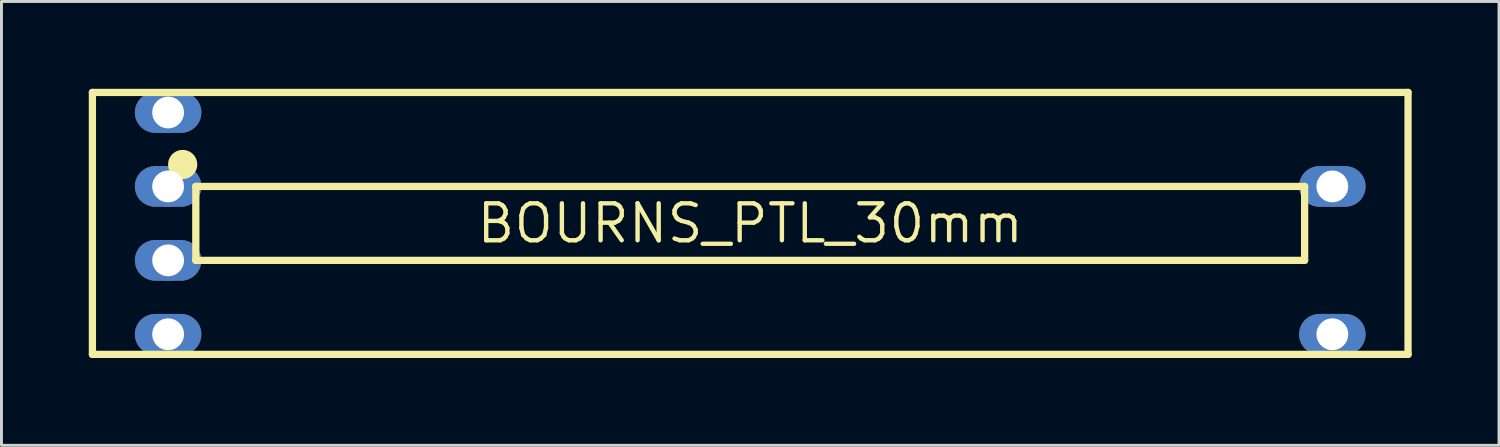
<source format=kicad_pcb>
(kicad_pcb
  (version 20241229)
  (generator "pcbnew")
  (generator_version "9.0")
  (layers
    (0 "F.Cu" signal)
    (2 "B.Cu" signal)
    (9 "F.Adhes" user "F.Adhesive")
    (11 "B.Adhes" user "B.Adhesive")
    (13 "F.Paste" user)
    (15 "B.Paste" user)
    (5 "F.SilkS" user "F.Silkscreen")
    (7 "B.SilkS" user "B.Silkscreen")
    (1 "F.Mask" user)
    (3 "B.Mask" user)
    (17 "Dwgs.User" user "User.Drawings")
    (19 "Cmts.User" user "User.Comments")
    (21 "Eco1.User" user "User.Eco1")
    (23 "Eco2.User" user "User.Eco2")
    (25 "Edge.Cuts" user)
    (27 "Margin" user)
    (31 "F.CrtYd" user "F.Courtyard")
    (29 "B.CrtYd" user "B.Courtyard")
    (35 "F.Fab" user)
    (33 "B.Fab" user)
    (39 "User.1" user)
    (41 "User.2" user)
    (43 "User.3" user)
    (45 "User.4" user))
  (footprint "BOURNS_PTL_30mm"
    (layer "F.Cu")
    (at 22.726 4.625)
    (property "Reference" "BOURNS_PTL_30mm" (at 0 0 0) (layer "F.SilkS") (effects (font (size 1.27 1.27) (thickness 0.15))))
    (fp_poly (pts (xy -19.446 -4.5) (xy -19.34 -4.474) (xy -19.239 -4.432) (xy -19.145 -4.375) (xy -19.061 -4.304) (xy -18.99 -4.221) (xy -18.933 -4.127) (xy -18.891 -4.026) (xy -18.866 -3.919) (xy -18.857 -3.81) (xy -18.866 -3.701) (xy -18.891 -3.594) (xy -18.933 -3.493) (xy -18.99 -3.399) (xy -19.061 -3.316) (xy -19.145 -3.245) (xy -19.239 -3.188) (xy -19.34 -3.146) (xy -19.446 -3.12) (xy -19.556 -3.111) (xy -20.444 -3.111) (xy -20.554 -3.12) (xy -20.66 -3.146) (xy -20.761 -3.188) (xy -20.855 -3.245) (xy -20.939 -3.316) (xy -21.01 -3.399) (xy -21.067 -3.493) (xy -21.109 -3.594) (xy -21.134 -3.701) (xy -21.143 -3.81) (xy -21.134 -3.919) (xy -21.109 -4.026) (xy -21.067 -4.127) (xy -21.01 -4.221) (xy -20.939 -4.304) (xy -20.855 -4.375) (xy -20.761 -4.432) (xy -20.66 -4.474) (xy -20.554 -4.5) (xy -20.444 -4.508) (xy -19.556 -4.508)) (stroke (width 0) (type default)) (fill yes) (layer "F.Cu"))
    (fp_poly (pts (xy -19.446 -1.96) (xy -19.34 -1.934) (xy -19.239 -1.892) (xy -19.145 -1.835) (xy -19.061 -1.764) (xy -18.99 -1.681) (xy -18.933 -1.587) (xy -18.891 -1.486) (xy -18.866 -1.379) (xy -18.857 -1.27) (xy -18.866 -1.161) (xy -18.891 -1.054) (xy -18.933 -0.953) (xy -18.99 -0.859) (xy -19.061 -0.776) (xy -19.145 -0.705) (xy -19.239 -0.648) (xy -19.34 -0.606) (xy -19.446 -0.58) (xy -19.556 -0.571) (xy -20.444 -0.571) (xy -20.554 -0.58) (xy -20.66 -0.606) (xy -20.761 -0.648) (xy -20.855 -0.705) (xy -20.939 -0.776) (xy -21.01 -0.859) (xy -21.067 -0.953) (xy -21.109 -1.054) (xy -21.134 -1.161) (xy -21.143 -1.27) (xy -21.134 -1.379) (xy -21.109 -1.486) (xy -21.067 -1.587) (xy -21.01 -1.681) (xy -20.939 -1.764) (xy -20.855 -1.835) (xy -20.761 -1.892) (xy -20.66 -1.934) (xy -20.554 -1.96) (xy -20.444 -1.969) (xy -19.556 -1.969)) (stroke (width 0) (type default)) (fill yes) (layer "F.Cu"))
    (fp_poly (pts (xy -19.446 0.58) (xy -19.34 0.606) (xy -19.239 0.648) (xy -19.145 0.705) (xy -19.061 0.776) (xy -18.99 0.859) (xy -18.933 0.953) (xy -18.891 1.054) (xy -18.866 1.161) (xy -18.857 1.27) (xy -18.866 1.379) (xy -18.891 1.486) (xy -18.933 1.587) (xy -18.99 1.681) (xy -19.061 1.764) (xy -19.145 1.835) (xy -19.239 1.892) (xy -19.34 1.934) (xy -19.446 1.96) (xy -19.556 1.969) (xy -20.444 1.969) (xy -20.554 1.96) (xy -20.66 1.934) (xy -20.761 1.892) (xy -20.855 1.835) (xy -20.939 1.764) (xy -21.01 1.681) (xy -21.067 1.587) (xy -21.109 1.486) (xy -21.134 1.379) (xy -21.143 1.27) (xy -21.134 1.161) (xy -21.109 1.054) (xy -21.067 0.953) (xy -21.01 0.859) (xy -20.939 0.776) (xy -20.855 0.705) (xy -20.761 0.648) (xy -20.66 0.606) (xy -20.554 0.58) (xy -20.444 0.571) (xy -19.556 0.571)) (stroke (width 0) (type default)) (fill yes) (layer "F.Cu"))
    (fp_poly (pts (xy -19.446 3.12) (xy -19.34 3.146) (xy -19.239 3.188) (xy -19.145 3.245) (xy -19.061 3.316) (xy -18.99 3.399) (xy -18.933 3.493) (xy -18.891 3.594) (xy -18.866 3.701) (xy -18.857 3.81) (xy -18.866 3.919) (xy -18.891 4.026) (xy -18.933 4.127) (xy -18.99 4.221) (xy -19.061 4.304) (xy -19.145 4.375) (xy -19.239 4.432) (xy -19.34 4.474) (xy -19.446 4.5) (xy -19.556 4.508) (xy -20.444 4.508) (xy -20.554 4.5) (xy -20.66 4.474) (xy -20.761 4.432) (xy -20.855 4.375) (xy -20.939 4.304) (xy -21.01 4.221) (xy -21.067 4.127) (xy -21.109 4.026) (xy -21.134 3.919) (xy -21.143 3.81) (xy -21.134 3.701) (xy -21.109 3.594) (xy -21.067 3.493) (xy -21.01 3.399) (xy -20.939 3.316) (xy -20.855 3.245) (xy -20.761 3.188) (xy -20.66 3.146) (xy -20.554 3.12) (xy -20.444 3.111) (xy -19.556 3.111)) (stroke (width 0) (type default)) (fill yes) (layer "F.Cu"))
    (fp_poly (pts (xy 20.554 -1.96) (xy 20.66 -1.934) (xy 20.761 -1.892) (xy 20.855 -1.835) (xy 20.939 -1.764) (xy 21.01 -1.681) (xy 21.067 -1.587) (xy 21.109 -1.486) (xy 21.134 -1.379) (xy 21.143 -1.27) (xy 21.134 -1.161) (xy 21.109 -1.054) (xy 21.067 -0.953) (xy 21.01 -0.859) (xy 20.939 -0.776) (xy 20.855 -0.705) (xy 20.761 -0.648) (xy 20.66 -0.606) (xy 20.554 -0.58) (xy 20.444 -0.571) (xy 19.556 -0.571) (xy 19.446 -0.58) (xy 19.34 -0.606) (xy 19.239 -0.648) (xy 19.145 -0.705) (xy 19.061 -0.776) (xy 18.99 -0.859) (xy 18.933 -0.953) (xy 18.891 -1.054) (xy 18.866 -1.161) (xy 18.857 -1.27) (xy 18.866 -1.379) (xy 18.891 -1.486) (xy 18.933 -1.587) (xy 18.99 -1.681) (xy 19.061 -1.764) (xy 19.145 -1.835) (xy 19.239 -1.892) (xy 19.34 -1.934) (xy 19.446 -1.96) (xy 19.556 -1.969) (xy 20.444 -1.969)) (stroke (width 0) (type default)) (fill yes) (layer "F.Cu"))
    (fp_poly (pts (xy 20.554 3.12) (xy 20.66 3.146) (xy 20.761 3.188) (xy 20.855 3.245) (xy 20.939 3.316) (xy 21.01 3.399) (xy 21.067 3.493) (xy 21.109 3.594) (xy 21.134 3.701) (xy 21.143 3.81) (xy 21.134 3.919) (xy 21.109 4.026) (xy 21.067 4.127) (xy 21.01 4.221) (xy 20.939 4.304) (xy 20.855 4.375) (xy 20.761 4.432) (xy 20.66 4.474) (xy 20.554 4.5) (xy 20.444 4.508) (xy 19.556 4.508) (xy 19.446 4.5) (xy 19.34 4.474) (xy 19.239 4.432) (xy 19.145 4.375) (xy 19.061 4.304) (xy 18.99 4.221) (xy 18.933 4.127) (xy 18.891 4.026) (xy 18.866 3.919) (xy 18.857 3.81) (xy 18.866 3.701) (xy 18.891 3.594) (xy 18.933 3.493) (xy 18.99 3.399) (xy 19.061 3.316) (xy 19.145 3.245) (xy 19.239 3.188) (xy 19.34 3.146) (xy 19.446 3.12) (xy 19.556 3.111) (xy 20.444 3.111)) (stroke (width 0) (type default)) (fill yes) (layer "F.Cu"))
    (fp_poly (pts (xy -19.43 -4.601) (xy -19.308 -4.572) (xy -19.192 -4.524) (xy -19.084 -4.458) (xy -18.989 -4.377) (xy -18.907 -4.281) (xy -18.842 -4.173) (xy -18.794 -4.057) (xy -18.764 -3.935) (xy -18.754 -3.81) (xy -18.764 -3.685) (xy -18.794 -3.563) (xy -18.842 -3.447) (xy -18.907 -3.339) (xy -18.989 -3.243) (xy -19.084 -3.162) (xy -19.192 -3.096) (xy -19.308 -3.048) (xy -19.43 -3.019) (xy -19.556 -3.009) (xy -20.444 -3.009) (xy -20.57 -3.019) (xy -20.692 -3.048) (xy -20.808 -3.096) (xy -20.916 -3.162) (xy -21.011 -3.243) (xy -21.093 -3.339) (xy -21.158 -3.447) (xy -21.206 -3.563) (xy -21.236 -3.685) (xy -21.246 -3.81) (xy -21.236 -3.935) (xy -21.206 -4.057) (xy -21.158 -4.173) (xy -21.093 -4.281) (xy -21.011 -4.377) (xy -20.916 -4.458) (xy -20.808 -4.524) (xy -20.692 -4.572) (xy -20.57 -4.601) (xy -20.444 -4.611) (xy -19.556 -4.611)) (stroke (width 0) (type default)) (fill yes) (layer "F.Mask"))
    (fp_poly (pts (xy -19.43 -2.061) (xy -19.308 -2.032) (xy -19.192 -1.984) (xy -19.084 -1.918) (xy -18.989 -1.837) (xy -18.907 -1.741) (xy -18.842 -1.633) (xy -18.794 -1.517) (xy -18.764 -1.395) (xy -18.754 -1.27) (xy -18.764 -1.145) (xy -18.794 -1.023) (xy -18.842 -0.907) (xy -18.907 -0.799) (xy -18.989 -0.703) (xy -19.084 -0.622) (xy -19.192 -0.556) (xy -19.308 -0.508) (xy -19.43 -0.479) (xy -19.556 -0.469) (xy -20.444 -0.469) (xy -20.57 -0.479) (xy -20.692 -0.508) (xy -20.808 -0.556) (xy -20.916 -0.622) (xy -21.011 -0.703) (xy -21.093 -0.799) (xy -21.158 -0.907) (xy -21.206 -1.023) (xy -21.236 -1.145) (xy -21.246 -1.27) (xy -21.236 -1.395) (xy -21.206 -1.517) (xy -21.158 -1.633) (xy -21.093 -1.741) (xy -21.011 -1.837) (xy -20.916 -1.918) (xy -20.808 -1.984) (xy -20.692 -2.032) (xy -20.57 -2.061) (xy -20.444 -2.071) (xy -19.556 -2.071)) (stroke (width 0) (type default)) (fill yes) (layer "F.Mask"))
    (fp_poly (pts (xy -19.43 0.479) (xy -19.308 0.508) (xy -19.192 0.556) (xy -19.084 0.622) (xy -18.989 0.703) (xy -18.907 0.799) (xy -18.842 0.907) (xy -18.794 1.023) (xy -18.764 1.145) (xy -18.754 1.27) (xy -18.764 1.395) (xy -18.794 1.517) (xy -18.842 1.633) (xy -18.907 1.741) (xy -18.989 1.837) (xy -19.084 1.918) (xy -19.192 1.984) (xy -19.308 2.032) (xy -19.43 2.061) (xy -19.556 2.071) (xy -20.444 2.071) (xy -20.57 2.061) (xy -20.692 2.032) (xy -20.808 1.984) (xy -20.916 1.918) (xy -21.011 1.837) (xy -21.093 1.741) (xy -21.158 1.633) (xy -21.206 1.517) (xy -21.236 1.395) (xy -21.246 1.27) (xy -21.236 1.145) (xy -21.206 1.023) (xy -21.158 0.907) (xy -21.093 0.799) (xy -21.011 0.703) (xy -20.916 0.622) (xy -20.808 0.556) (xy -20.692 0.508) (xy -20.57 0.479) (xy -20.444 0.469) (xy -19.556 0.469)) (stroke (width 0) (type default)) (fill yes) (layer "F.Mask"))
    (fp_poly (pts (xy -19.43 3.019) (xy -19.308 3.048) (xy -19.192 3.096) (xy -19.084 3.162) (xy -18.989 3.243) (xy -18.907 3.339) (xy -18.842 3.447) (xy -18.794 3.563) (xy -18.764 3.685) (xy -18.754 3.81) (xy -18.764 3.935) (xy -18.794 4.057) (xy -18.842 4.173) (xy -18.907 4.281) (xy -18.989 4.377) (xy -19.084 4.458) (xy -19.192 4.524) (xy -19.308 4.572) (xy -19.43 4.601) (xy -19.556 4.611) (xy -20.444 4.611) (xy -20.57 4.601) (xy -20.692 4.572) (xy -20.808 4.524) (xy -20.916 4.458) (xy -21.011 4.377) (xy -21.093 4.281) (xy -21.158 4.173) (xy -21.206 4.057) (xy -21.236 3.935) (xy -21.246 3.81) (xy -21.236 3.685) (xy -21.206 3.563) (xy -21.158 3.447) (xy -21.093 3.339) (xy -21.011 3.243) (xy -20.916 3.162) (xy -20.808 3.096) (xy -20.692 3.048) (xy -20.57 3.019) (xy -20.444 3.009) (xy -19.556 3.009)) (stroke (width 0) (type default)) (fill yes) (layer "F.Mask"))
    (fp_poly (pts (xy 20.57 -2.061) (xy 20.692 -2.032) (xy 20.808 -1.984) (xy 20.916 -1.918) (xy 21.011 -1.837) (xy 21.093 -1.741) (xy 21.158 -1.633) (xy 21.206 -1.517) (xy 21.236 -1.395) (xy 21.246 -1.27) (xy 21.236 -1.145) (xy 21.206 -1.023) (xy 21.158 -0.907) (xy 21.093 -0.799) (xy 21.011 -0.703) (xy 20.916 -0.622) (xy 20.808 -0.556) (xy 20.692 -0.508) (xy 20.57 -0.479) (xy 20.444 -0.469) (xy 19.556 -0.469) (xy 19.43 -0.479) (xy 19.308 -0.508) (xy 19.192 -0.556) (xy 19.084 -0.622) (xy 18.989 -0.703) (xy 18.907 -0.799) (xy 18.842 -0.907) (xy 18.794 -1.023) (xy 18.764 -1.145) (xy 18.754 -1.27) (xy 18.764 -1.395) (xy 18.794 -1.517) (xy 18.842 -1.633) (xy 18.907 -1.741) (xy 18.989 -1.837) (xy 19.084 -1.918) (xy 19.192 -1.984) (xy 19.308 -2.032) (xy 19.43 -2.061) (xy 19.556 -2.071) (xy 20.444 -2.071)) (stroke (width 0) (type default)) (fill yes) (layer "F.Mask"))
    (fp_poly (pts (xy 20.57 3.019) (xy 20.692 3.048) (xy 20.808 3.096) (xy 20.916 3.162) (xy 21.011 3.243) (xy 21.093 3.339) (xy 21.158 3.447) (xy 21.206 3.563) (xy 21.236 3.685) (xy 21.246 3.81) (xy 21.236 3.935) (xy 21.206 4.057) (xy 21.158 4.173) (xy 21.093 4.281) (xy 21.011 4.377) (xy 20.916 4.458) (xy 20.808 4.524) (xy 20.692 4.572) (xy 20.57 4.601) (xy 20.444 4.611) (xy 19.556 4.611) (xy 19.43 4.601) (xy 19.308 4.572) (xy 19.192 4.524) (xy 19.084 4.458) (xy 18.989 4.377) (xy 18.907 4.281) (xy 18.842 4.173) (xy 18.794 4.057) (xy 18.764 3.935) (xy 18.754 3.81) (xy 18.764 3.685) (xy 18.794 3.563) (xy 18.842 3.447) (xy 18.907 3.339) (xy 18.989 3.243) (xy 19.084 3.162) (xy 19.192 3.096) (xy 19.308 3.048) (xy 19.43 3.019) (xy 19.556 3.009) (xy 20.444 3.009)) (stroke (width 0) (type default)) (fill yes) (layer "F.Mask"))
    (fp_poly (pts (xy -19.446 -4.5) (xy -19.34 -4.474) (xy -19.239 -4.432) (xy -19.145 -4.375) (xy -19.061 -4.304) (xy -18.99 -4.221) (xy -18.933 -4.127) (xy -18.891 -4.026) (xy -18.866 -3.919) (xy -18.857 -3.81) (xy -18.866 -3.701) (xy -18.891 -3.594) (xy -18.933 -3.493) (xy -18.99 -3.399) (xy -19.061 -3.316) (xy -19.145 -3.245) (xy -19.239 -3.188) (xy -19.34 -3.146) (xy -19.446 -3.12) (xy -19.556 -3.111) (xy -20.444 -3.111) (xy -20.554 -3.12) (xy -20.66 -3.146) (xy -20.761 -3.188) (xy -20.855 -3.245) (xy -20.939 -3.316) (xy -21.01 -3.399) (xy -21.067 -3.493) (xy -21.109 -3.594) (xy -21.134 -3.701) (xy -21.143 -3.81) (xy -21.134 -3.919) (xy -21.109 -4.026) (xy -21.067 -4.127) (xy -21.01 -4.221) (xy -20.939 -4.304) (xy -20.855 -4.375) (xy -20.761 -4.432) (xy -20.66 -4.474) (xy -20.554 -4.5) (xy -20.444 -4.508) (xy -19.556 -4.508)) (stroke (width 0) (type default)) (fill yes) (layer "B.Cu"))
    (fp_poly (pts (xy -19.446 -1.96) (xy -19.34 -1.934) (xy -19.239 -1.892) (xy -19.145 -1.835) (xy -19.061 -1.764) (xy -18.99 -1.681) (xy -18.933 -1.587) (xy -18.891 -1.486) (xy -18.866 -1.379) (xy -18.857 -1.27) (xy -18.866 -1.161) (xy -18.891 -1.054) (xy -18.933 -0.953) (xy -18.99 -0.859) (xy -19.061 -0.776) (xy -19.145 -0.705) (xy -19.239 -0.648) (xy -19.34 -0.606) (xy -19.446 -0.58) (xy -19.556 -0.571) (xy -20.444 -0.571) (xy -20.554 -0.58) (xy -20.66 -0.606) (xy -20.761 -0.648) (xy -20.855 -0.705) (xy -20.939 -0.776) (xy -21.01 -0.859) (xy -21.067 -0.953) (xy -21.109 -1.054) (xy -21.134 -1.161) (xy -21.143 -1.27) (xy -21.134 -1.379) (xy -21.109 -1.486) (xy -21.067 -1.587) (xy -21.01 -1.681) (xy -20.939 -1.764) (xy -20.855 -1.835) (xy -20.761 -1.892) (xy -20.66 -1.934) (xy -20.554 -1.96) (xy -20.444 -1.969) (xy -19.556 -1.969)) (stroke (width 0) (type default)) (fill yes) (layer "B.Cu"))
    (fp_poly (pts (xy -19.446 0.58) (xy -19.34 0.606) (xy -19.239 0.648) (xy -19.145 0.705) (xy -19.061 0.776) (xy -18.99 0.859) (xy -18.933 0.953) (xy -18.891 1.054) (xy -18.866 1.161) (xy -18.857 1.27) (xy -18.866 1.379) (xy -18.891 1.486) (xy -18.933 1.587) (xy -18.99 1.681) (xy -19.061 1.764) (xy -19.145 1.835) (xy -19.239 1.892) (xy -19.34 1.934) (xy -19.446 1.96) (xy -19.556 1.969) (xy -20.444 1.969) (xy -20.554 1.96) (xy -20.66 1.934) (xy -20.761 1.892) (xy -20.855 1.835) (xy -20.939 1.764) (xy -21.01 1.681) (xy -21.067 1.587) (xy -21.109 1.486) (xy -21.134 1.379) (xy -21.143 1.27) (xy -21.134 1.161) (xy -21.109 1.054) (xy -21.067 0.953) (xy -21.01 0.859) (xy -20.939 0.776) (xy -20.855 0.705) (xy -20.761 0.648) (xy -20.66 0.606) (xy -20.554 0.58) (xy -20.444 0.571) (xy -19.556 0.571)) (stroke (width 0) (type default)) (fill yes) (layer "B.Cu"))
    (fp_poly (pts (xy -19.446 3.12) (xy -19.34 3.146) (xy -19.239 3.188) (xy -19.145 3.245) (xy -19.061 3.316) (xy -18.99 3.399) (xy -18.933 3.493) (xy -18.891 3.594) (xy -18.866 3.701) (xy -18.857 3.81) (xy -18.866 3.919) (xy -18.891 4.026) (xy -18.933 4.127) (xy -18.99 4.221) (xy -19.061 4.304) (xy -19.145 4.375) (xy -19.239 4.432) (xy -19.34 4.474) (xy -19.446 4.5) (xy -19.556 4.508) (xy -20.444 4.508) (xy -20.554 4.5) (xy -20.66 4.474) (xy -20.761 4.432) (xy -20.855 4.375) (xy -20.939 4.304) (xy -21.01 4.221) (xy -21.067 4.127) (xy -21.109 4.026) (xy -21.134 3.919) (xy -21.143 3.81) (xy -21.134 3.701) (xy -21.109 3.594) (xy -21.067 3.493) (xy -21.01 3.399) (xy -20.939 3.316) (xy -20.855 3.245) (xy -20.761 3.188) (xy -20.66 3.146) (xy -20.554 3.12) (xy -20.444 3.111) (xy -19.556 3.111)) (stroke (width 0) (type default)) (fill yes) (layer "B.Cu"))
    (fp_poly (pts (xy 20.554 -1.96) (xy 20.66 -1.934) (xy 20.761 -1.892) (xy 20.855 -1.835) (xy 20.939 -1.764) (xy 21.01 -1.681) (xy 21.067 -1.587) (xy 21.109 -1.486) (xy 21.134 -1.379) (xy 21.143 -1.27) (xy 21.134 -1.161) (xy 21.109 -1.054) (xy 21.067 -0.953) (xy 21.01 -0.859) (xy 20.939 -0.776) (xy 20.855 -0.705) (xy 20.761 -0.648) (xy 20.66 -0.606) (xy 20.554 -0.58) (xy 20.444 -0.571) (xy 19.556 -0.571) (xy 19.446 -0.58) (xy 19.34 -0.606) (xy 19.239 -0.648) (xy 19.145 -0.705) (xy 19.061 -0.776) (xy 18.99 -0.859) (xy 18.933 -0.953) (xy 18.891 -1.054) (xy 18.866 -1.161) (xy 18.857 -1.27) (xy 18.866 -1.379) (xy 18.891 -1.486) (xy 18.933 -1.587) (xy 18.99 -1.681) (xy 19.061 -1.764) (xy 19.145 -1.835) (xy 19.239 -1.892) (xy 19.34 -1.934) (xy 19.446 -1.96) (xy 19.556 -1.969) (xy 20.444 -1.969)) (stroke (width 0) (type default)) (fill yes) (layer "B.Cu"))
    (fp_poly (pts (xy 20.554 3.12) (xy 20.66 3.146) (xy 20.761 3.188) (xy 20.855 3.245) (xy 20.939 3.316) (xy 21.01 3.399) (xy 21.067 3.493) (xy 21.109 3.594) (xy 21.134 3.701) (xy 21.143 3.81) (xy 21.134 3.919) (xy 21.109 4.026) (xy 21.067 4.127) (xy 21.01 4.221) (xy 20.939 4.304) (xy 20.855 4.375) (xy 20.761 4.432) (xy 20.66 4.474) (xy 20.554 4.5) (xy 20.444 4.508) (xy 19.556 4.508) (xy 19.446 4.5) (xy 19.34 4.474) (xy 19.239 4.432) (xy 19.145 4.375) (xy 19.061 4.304) (xy 18.99 4.221) (xy 18.933 4.127) (xy 18.891 4.026) (xy 18.866 3.919) (xy 18.857 3.81) (xy 18.866 3.701) (xy 18.891 3.594) (xy 18.933 3.493) (xy 18.99 3.399) (xy 19.061 3.316) (xy 19.145 3.245) (xy 19.239 3.188) (xy 19.34 3.146) (xy 19.446 3.12) (xy 19.556 3.111) (xy 20.444 3.111)) (stroke (width 0) (type default)) (fill yes) (layer "B.Cu"))
    (fp_poly (pts (xy -19.43 -4.601) (xy -19.308 -4.572) (xy -19.192 -4.524) (xy -19.084 -4.458) (xy -18.989 -4.377) (xy -18.907 -4.281) (xy -18.842 -4.173) (xy -18.794 -4.057) (xy -18.764 -3.935) (xy -18.754 -3.81) (xy -18.764 -3.685) (xy -18.794 -3.563) (xy -18.842 -3.447) (xy -18.907 -3.339) (xy -18.989 -3.243) (xy -19.084 -3.162) (xy -19.192 -3.096) (xy -19.308 -3.048) (xy -19.43 -3.019) (xy -19.556 -3.009) (xy -20.444 -3.009) (xy -20.57 -3.019) (xy -20.692 -3.048) (xy -20.808 -3.096) (xy -20.916 -3.162) (xy -21.011 -3.243) (xy -21.093 -3.339) (xy -21.158 -3.447) (xy -21.206 -3.563) (xy -21.236 -3.685) (xy -21.246 -3.81) (xy -21.236 -3.935) (xy -21.206 -4.057) (xy -21.158 -4.173) (xy -21.093 -4.281) (xy -21.011 -4.377) (xy -20.916 -4.458) (xy -20.808 -4.524) (xy -20.692 -4.572) (xy -20.57 -4.601) (xy -20.444 -4.611) (xy -19.556 -4.611)) (stroke (width 0) (type default)) (fill yes) (layer "B.Mask"))
    (fp_poly (pts (xy -19.43 -2.061) (xy -19.308 -2.032) (xy -19.192 -1.984) (xy -19.084 -1.918) (xy -18.989 -1.837) (xy -18.907 -1.741) (xy -18.842 -1.633) (xy -18.794 -1.517) (xy -18.764 -1.395) (xy -18.754 -1.27) (xy -18.764 -1.145) (xy -18.794 -1.023) (xy -18.842 -0.907) (xy -18.907 -0.799) (xy -18.989 -0.703) (xy -19.084 -0.622) (xy -19.192 -0.556) (xy -19.308 -0.508) (xy -19.43 -0.479) (xy -19.556 -0.469) (xy -20.444 -0.469) (xy -20.57 -0.479) (xy -20.692 -0.508) (xy -20.808 -0.556) (xy -20.916 -0.622) (xy -21.011 -0.703) (xy -21.093 -0.799) (xy -21.158 -0.907) (xy -21.206 -1.023) (xy -21.236 -1.145) (xy -21.246 -1.27) (xy -21.236 -1.395) (xy -21.206 -1.517) (xy -21.158 -1.633) (xy -21.093 -1.741) (xy -21.011 -1.837) (xy -20.916 -1.918) (xy -20.808 -1.984) (xy -20.692 -2.032) (xy -20.57 -2.061) (xy -20.444 -2.071) (xy -19.556 -2.071)) (stroke (width 0) (type default)) (fill yes) (layer "B.Mask"))
    (fp_poly (pts (xy -19.43 0.479) (xy -19.308 0.508) (xy -19.192 0.556) (xy -19.084 0.622) (xy -18.989 0.703) (xy -18.907 0.799) (xy -18.842 0.907) (xy -18.794 1.023) (xy -18.764 1.145) (xy -18.754 1.27) (xy -18.764 1.395) (xy -18.794 1.517) (xy -18.842 1.633) (xy -18.907 1.741) (xy -18.989 1.837) (xy -19.084 1.918) (xy -19.192 1.984) (xy -19.308 2.032) (xy -19.43 2.061) (xy -19.556 2.071) (xy -20.444 2.071) (xy -20.57 2.061) (xy -20.692 2.032) (xy -20.808 1.984) (xy -20.916 1.918) (xy -21.011 1.837) (xy -21.093 1.741) (xy -21.158 1.633) (xy -21.206 1.517) (xy -21.236 1.395) (xy -21.246 1.27) (xy -21.236 1.145) (xy -21.206 1.023) (xy -21.158 0.907) (xy -21.093 0.799) (xy -21.011 0.703) (xy -20.916 0.622) (xy -20.808 0.556) (xy -20.692 0.508) (xy -20.57 0.479) (xy -20.444 0.469) (xy -19.556 0.469)) (stroke (width 0) (type default)) (fill yes) (layer "B.Mask"))
    (fp_poly (pts (xy -19.43 3.019) (xy -19.308 3.048) (xy -19.192 3.096) (xy -19.084 3.162) (xy -18.989 3.243) (xy -18.907 3.339) (xy -18.842 3.447) (xy -18.794 3.563) (xy -18.764 3.685) (xy -18.754 3.81) (xy -18.764 3.935) (xy -18.794 4.057) (xy -18.842 4.173) (xy -18.907 4.281) (xy -18.989 4.377) (xy -19.084 4.458) (xy -19.192 4.524) (xy -19.308 4.572) (xy -19.43 4.601) (xy -19.556 4.611) (xy -20.444 4.611) (xy -20.57 4.601) (xy -20.692 4.572) (xy -20.808 4.524) (xy -20.916 4.458) (xy -21.011 4.377) (xy -21.093 4.281) (xy -21.158 4.173) (xy -21.206 4.057) (xy -21.236 3.935) (xy -21.246 3.81) (xy -21.236 3.685) (xy -21.206 3.563) (xy -21.158 3.447) (xy -21.093 3.339) (xy -21.011 3.243) (xy -20.916 3.162) (xy -20.808 3.096) (xy -20.692 3.048) (xy -20.57 3.019) (xy -20.444 3.009) (xy -19.556 3.009)) (stroke (width 0) (type default)) (fill yes) (layer "B.Mask"))
    (fp_poly (pts (xy 20.57 -2.061) (xy 20.692 -2.032) (xy 20.808 -1.984) (xy 20.916 -1.918) (xy 21.011 -1.837) (xy 21.093 -1.741) (xy 21.158 -1.633) (xy 21.206 -1.517) (xy 21.236 -1.395) (xy 21.246 -1.27) (xy 21.236 -1.145) (xy 21.206 -1.023) (xy 21.158 -0.907) (xy 21.093 -0.799) (xy 21.011 -0.703) (xy 20.916 -0.622) (xy 20.808 -0.556) (xy 20.692 -0.508) (xy 20.57 -0.479) (xy 20.444 -0.469) (xy 19.556 -0.469) (xy 19.43 -0.479) (xy 19.308 -0.508) (xy 19.192 -0.556) (xy 19.084 -0.622) (xy 18.989 -0.703) (xy 18.907 -0.799) (xy 18.842 -0.907) (xy 18.794 -1.023) (xy 18.764 -1.145) (xy 18.754 -1.27) (xy 18.764 -1.395) (xy 18.794 -1.517) (xy 18.842 -1.633) (xy 18.907 -1.741) (xy 18.989 -1.837) (xy 19.084 -1.918) (xy 19.192 -1.984) (xy 19.308 -2.032) (xy 19.43 -2.061) (xy 19.556 -2.071) (xy 20.444 -2.071)) (stroke (width 0) (type default)) (fill yes) (layer "B.Mask"))
    (fp_poly (pts (xy 20.57 3.019) (xy 20.692 3.048) (xy 20.808 3.096) (xy 20.916 3.162) (xy 21.011 3.243) (xy 21.093 3.339) (xy 21.158 3.447) (xy 21.206 3.563) (xy 21.236 3.685) (xy 21.246 3.81) (xy 21.236 3.935) (xy 21.206 4.057) (xy 21.158 4.173) (xy 21.093 4.281) (xy 21.011 4.377) (xy 20.916 4.458) (xy 20.808 4.524) (xy 20.692 4.572) (xy 20.57 4.601) (xy 20.444 4.611) (xy 19.556 4.611) (xy 19.43 4.601) (xy 19.308 4.572) (xy 19.192 4.524) (xy 19.084 4.458) (xy 18.989 4.377) (xy 18.907 4.281) (xy 18.842 4.173) (xy 18.794 4.057) (xy 18.764 3.935) (xy 18.754 3.81) (xy 18.764 3.685) (xy 18.794 3.563) (xy 18.842 3.447) (xy 18.907 3.339) (xy 18.989 3.243) (xy 19.084 3.162) (xy 19.192 3.096) (xy 19.308 3.048) (xy 19.43 3.019) (xy 19.556 3.009) (xy 20.444 3.009)) (stroke (width 0) (type default)) (fill yes) (layer "B.Mask"))
    (fp_line (start -22.601 -4.5) (end -22.601 4.5) (stroke (width 0.25) (type solid)) (layer "F.SilkS"))
    (fp_line (start -22.601 -4.5) (end 22.601 -4.5) (stroke (width 0.25) (type solid)) (layer "F.SilkS"))
    (fp_line (start -22.601 4.5) (end 22.601 4.5) (stroke (width 0.25) (type solid)) (layer "F.SilkS"))
    (fp_line (start -19.048 1.27) (end -19.048 -1.27) (stroke (width 0.25) (type solid)) (layer "F.SilkS"))
    (fp_line (start -19.048 1.27) (end 19.048 1.27) (stroke (width 0.25) (type solid)) (layer "F.SilkS"))
    (fp_line (start 19.048 -1.27) (end -19.048 -1.27) (stroke (width 0.25) (type solid)) (layer "F.SilkS"))
    (fp_line (start 19.048 -1.27) (end 19.048 1.27) (stroke (width 0.25) (type solid)) (layer "F.SilkS"))
    (fp_line (start 22.601 -4.5) (end 22.601 4.5) (stroke (width 0.25) (type solid)) (layer "F.SilkS"))
    (fp_poly (pts (xy -18.998 -1.999) (xy -20.003 -1.999) (xy -20.003 -2.001) (xy -18.998 -2.001)) (stroke (width 0) (type default)) (fill yes) (layer "F.SilkS"))
    (fp_poly (pts (xy -19.42 -2.519) (xy -19.344 -2.5) (xy -19.273 -2.471) (xy -19.204 -2.429) (xy -19.145 -2.379) (xy -19.094 -2.319) (xy -19.052 -2.252) (xy -19.023 -2.178) (xy -19.004 -2.102) (xy -18.999 -2.024) (xy -19.004 -1.947) (xy -19.023 -1.87) (xy -19.052 -1.797) (xy -19.094 -1.73) (xy -19.145 -1.67) (xy -19.204 -1.62) (xy -19.272 -1.579) (xy -19.343 -1.548) (xy -19.421 -1.529) (xy -19.495 -1.524) (xy -19.506 -1.524) (xy -19.579 -1.529) (xy -19.657 -1.548) (xy -19.73 -1.579) (xy -19.796 -1.62) (xy -19.856 -1.67) (xy -19.906 -1.73) (xy -19.947 -1.796) (xy -19.978 -1.87) (xy -19.996 -1.947) (xy -20.002 -2.024) (xy -19.996 -2.102) (xy -19.978 -2.178) (xy -19.947 -2.252) (xy -19.906 -2.319) (xy -19.856 -2.379) (xy -19.796 -2.429) (xy -19.729 -2.471) (xy -19.656 -2.5) (xy -19.58 -2.519) (xy -19.507 -2.525) (xy -19.494 -2.525)) (stroke (width 0) (type default)) (fill yes) (layer "F.SilkS"))
    (pad "1" thru_hole circle (at -20 -1.27) (size 1.397 1.397) (drill 1.092) (layers "*.Cu"))
    (pad "2" thru_hole circle (at -20 -3.81) (size 1.397 1.397) (drill 1.092) (layers "*.Cu"))
    (pad "3" thru_hole circle (at 20 -1.27) (size 1.397 1.397) (drill 1.092) (layers "*.Cu"))
    (pad "4" thru_hole circle (at -20 1.27) (size 1.397 1.397) (drill 1.092) (layers "*.Cu"))
    (pad "5" thru_hole circle (at 20 3.81) (size 1.397 1.397) (drill 1.092) (layers "*.Cu"))
    (pad "6" thru_hole circle (at -20 3.81) (size 1.397 1.397) (drill 1.092) (layers "*.Cu")))
  (gr_rect
    (start -3 -3)
    (end 48.452 12.25)
    (stroke (width 0.1) (type default))
    (fill no)
    (layer "Edge.Cuts")))
</source>
